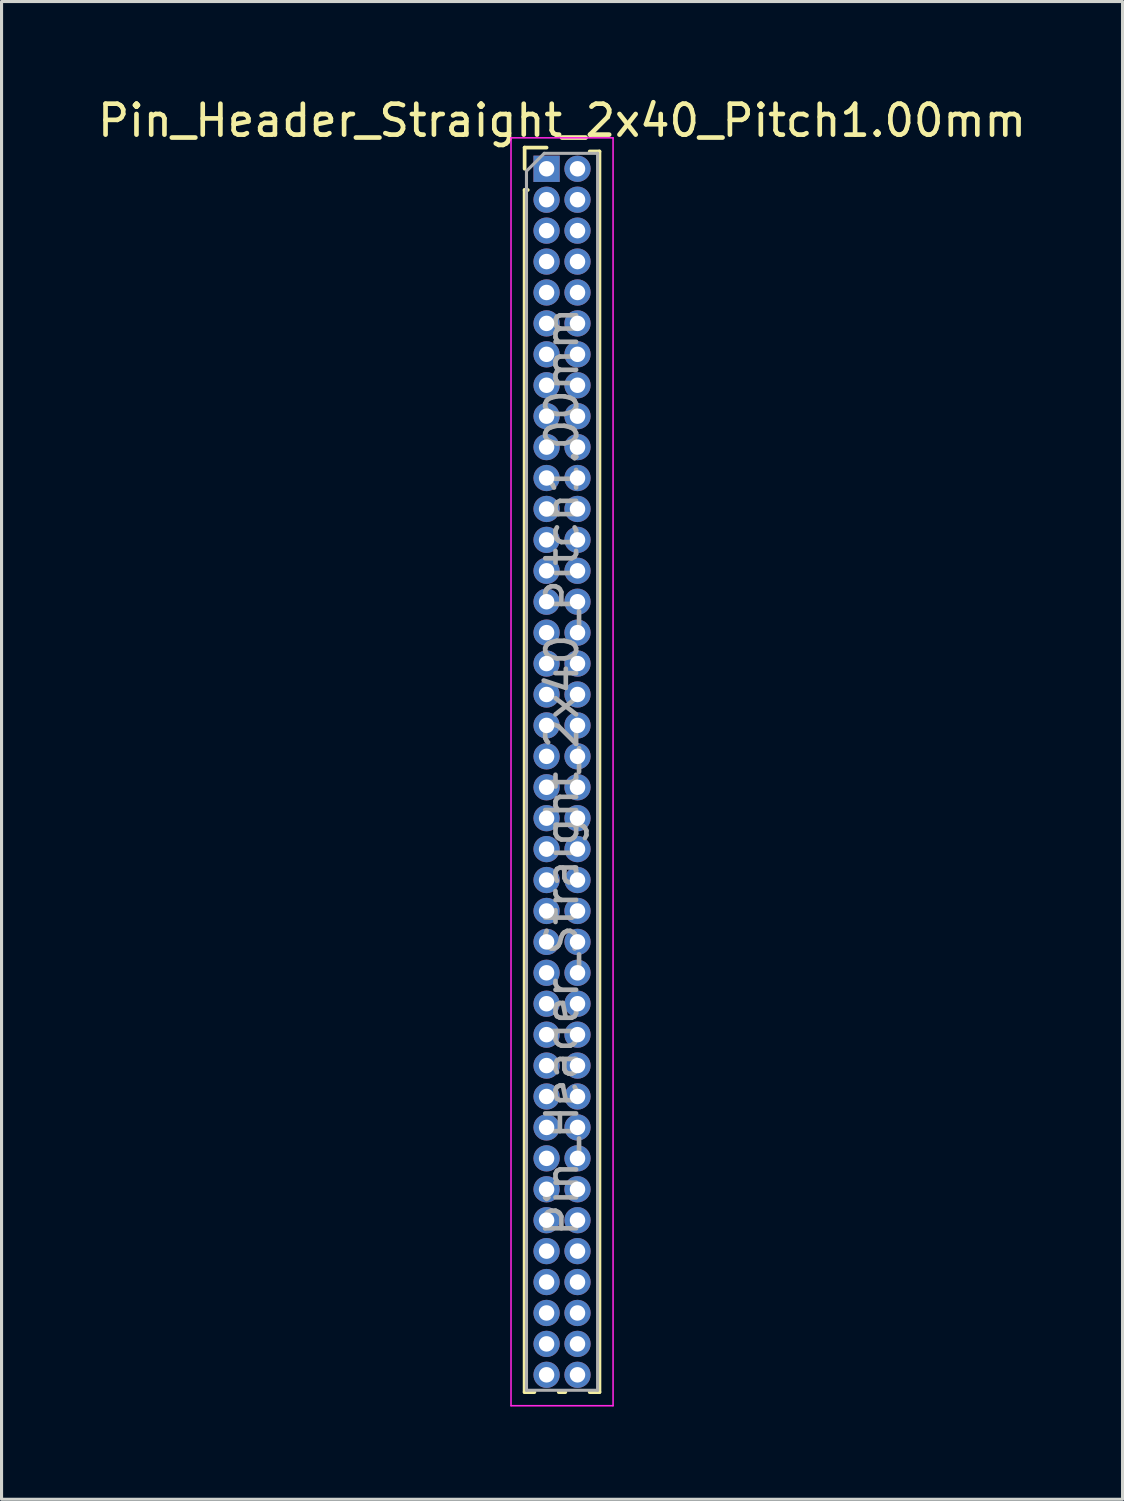
<source format=kicad_pcb>
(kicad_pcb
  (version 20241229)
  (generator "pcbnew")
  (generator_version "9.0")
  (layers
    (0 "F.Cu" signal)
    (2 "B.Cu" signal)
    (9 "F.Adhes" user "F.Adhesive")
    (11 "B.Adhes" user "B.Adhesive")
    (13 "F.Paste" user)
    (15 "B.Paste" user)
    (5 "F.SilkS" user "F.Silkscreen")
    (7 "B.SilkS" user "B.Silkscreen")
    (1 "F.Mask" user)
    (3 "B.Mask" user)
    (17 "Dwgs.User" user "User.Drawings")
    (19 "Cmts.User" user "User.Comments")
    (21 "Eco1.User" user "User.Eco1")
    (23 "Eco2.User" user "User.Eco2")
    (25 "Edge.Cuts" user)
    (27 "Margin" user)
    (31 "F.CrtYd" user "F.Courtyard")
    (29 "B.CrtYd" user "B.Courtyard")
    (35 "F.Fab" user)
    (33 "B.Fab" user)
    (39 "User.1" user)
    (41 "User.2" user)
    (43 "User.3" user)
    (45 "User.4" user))
  (footprint "Pin_Header_Straight_2x40_Pitch1.00mm"
    (layer "F.Cu")
    (at 14.625 2.408)
    (property "Reference" "Pin_Header_Straight_2x40_Pitch1.00mm" (at 0.5 -1.56 0) (layer "F.SilkS") (effects (font (size 1 1) (thickness 0.15))))
    (attr through_hole)
    (fp_line (start -0.71 -0.685) (end 0 -0.685) (stroke (width 0.12) (type solid)) (layer "F.SilkS"))
    (fp_line (start -0.71 0) (end -0.71 -0.685) (stroke (width 0.12) (type solid)) (layer "F.SilkS"))
    (fp_line (start -0.71 0.685) (end -0.71 39.56) (stroke (width 0.12) (type solid)) (layer "F.SilkS"))
    (fp_line (start -0.71 0.685) (end -0.608 0.685) (stroke (width 0.12) (type solid)) (layer "F.SilkS"))
    (fp_line (start -0.71 39.56) (end -0.394 39.56) (stroke (width 0.12) (type solid)) (layer "F.SilkS"))
    (fp_line (start 0.394 39.56) (end 0.606 39.56) (stroke (width 0.12) (type solid)) (layer "F.SilkS"))
    (fp_line (start 1.394 -0.56) (end 1.71 -0.56) (stroke (width 0.12) (type solid)) (layer "F.SilkS"))
    (fp_line (start 1.394 39.56) (end 1.71 39.56) (stroke (width 0.12) (type solid)) (layer "F.SilkS"))
    (fp_line (start 1.71 -0.56) (end 1.71 39.56) (stroke (width 0.12) (type solid)) (layer "F.SilkS"))
    (fp_line (start -1.15 -1) (end -1.15 40) (stroke (width 0.05) (type solid)) (layer "F.CrtYd"))
    (fp_line (start -1.15 40) (end 2.15 40) (stroke (width 0.05) (type solid)) (layer "F.CrtYd"))
    (fp_line (start 2.15 -1) (end -1.15 -1) (stroke (width 0.05) (type solid)) (layer "F.CrtYd"))
    (fp_line (start 2.15 40) (end 2.15 -1) (stroke (width 0.05) (type solid)) (layer "F.CrtYd"))
    (fp_line (start -0.65 0.075) (end -0.075 -0.5) (stroke (width 0.1) (type solid)) (layer "F.Fab"))
    (fp_line (start -0.65 39.5) (end -0.65 0.075) (stroke (width 0.1) (type solid)) (layer "F.Fab"))
    (fp_line (start -0.075 -0.5) (end 1.65 -0.5) (stroke (width 0.1) (type solid)) (layer "F.Fab"))
    (fp_line (start 1.65 -0.5) (end 1.65 39.5) (stroke (width 0.1) (type solid)) (layer "F.Fab"))
    (fp_line (start 1.65 39.5) (end -0.65 39.5) (stroke (width 0.1) (type solid)) (layer "F.Fab"))
    (fp_text user "${REFERENCE}" (at 0.5 19.5 90) (layer "F.Fab") (effects (font (size 1 1) (thickness 0.15))))
    (pad "1" thru_hole rect (at 0 0) (size 0.85 0.85) (drill 0.5) (layers "*.Cu" "*.Mask"))
    (pad "2" thru_hole oval (at 1 0) (size 0.85 0.85) (drill 0.5) (layers "*.Cu" "*.Mask"))
    (pad "3" thru_hole oval (at 0 1) (size 0.85 0.85) (drill 0.5) (layers "*.Cu" "*.Mask"))
    (pad "4" thru_hole oval (at 1 1) (size 0.85 0.85) (drill 0.5) (layers "*.Cu" "*.Mask"))
    (pad "5" thru_hole oval (at 0 2) (size 0.85 0.85) (drill 0.5) (layers "*.Cu" "*.Mask"))
    (pad "6" thru_hole oval (at 1 2) (size 0.85 0.85) (drill 0.5) (layers "*.Cu" "*.Mask"))
    (pad "7" thru_hole oval (at 0 3) (size 0.85 0.85) (drill 0.5) (layers "*.Cu" "*.Mask"))
    (pad "8" thru_hole oval (at 1 3) (size 0.85 0.85) (drill 0.5) (layers "*.Cu" "*.Mask"))
    (pad "9" thru_hole oval (at 0 4) (size 0.85 0.85) (drill 0.5) (layers "*.Cu" "*.Mask"))
    (pad "10" thru_hole oval (at 1 4) (size 0.85 0.85) (drill 0.5) (layers "*.Cu" "*.Mask"))
    (pad "11" thru_hole oval (at 0 5) (size 0.85 0.85) (drill 0.5) (layers "*.Cu" "*.Mask"))
    (pad "12" thru_hole oval (at 1 5) (size 0.85 0.85) (drill 0.5) (layers "*.Cu" "*.Mask"))
    (pad "13" thru_hole oval (at 0 6) (size 0.85 0.85) (drill 0.5) (layers "*.Cu" "*.Mask"))
    (pad "14" thru_hole oval (at 1 6) (size 0.85 0.85) (drill 0.5) (layers "*.Cu" "*.Mask"))
    (pad "15" thru_hole oval (at 0 7) (size 0.85 0.85) (drill 0.5) (layers "*.Cu" "*.Mask"))
    (pad "16" thru_hole oval (at 1 7) (size 0.85 0.85) (drill 0.5) (layers "*.Cu" "*.Mask"))
    (pad "17" thru_hole oval (at 0 8) (size 0.85 0.85) (drill 0.5) (layers "*.Cu" "*.Mask"))
    (pad "18" thru_hole oval (at 1 8) (size 0.85 0.85) (drill 0.5) (layers "*.Cu" "*.Mask"))
    (pad "19" thru_hole oval (at 0 9) (size 0.85 0.85) (drill 0.5) (layers "*.Cu" "*.Mask"))
    (pad "20" thru_hole oval (at 1 9) (size 0.85 0.85) (drill 0.5) (layers "*.Cu" "*.Mask"))
    (pad "21" thru_hole oval (at 0 10) (size 0.85 0.85) (drill 0.5) (layers "*.Cu" "*.Mask"))
    (pad "22" thru_hole oval (at 1 10) (size 0.85 0.85) (drill 0.5) (layers "*.Cu" "*.Mask"))
    (pad "23" thru_hole oval (at 0 11) (size 0.85 0.85) (drill 0.5) (layers "*.Cu" "*.Mask"))
    (pad "24" thru_hole oval (at 1 11) (size 0.85 0.85) (drill 0.5) (layers "*.Cu" "*.Mask"))
    (pad "25" thru_hole oval (at 0 12) (size 0.85 0.85) (drill 0.5) (layers "*.Cu" "*.Mask"))
    (pad "26" thru_hole oval (at 1 12) (size 0.85 0.85) (drill 0.5) (layers "*.Cu" "*.Mask"))
    (pad "27" thru_hole oval (at 0 13) (size 0.85 0.85) (drill 0.5) (layers "*.Cu" "*.Mask"))
    (pad "28" thru_hole oval (at 1 13) (size 0.85 0.85) (drill 0.5) (layers "*.Cu" "*.Mask"))
    (pad "29" thru_hole oval (at 0 14) (size 0.85 0.85) (drill 0.5) (layers "*.Cu" "*.Mask"))
    (pad "30" thru_hole oval (at 1 14) (size 0.85 0.85) (drill 0.5) (layers "*.Cu" "*.Mask"))
    (pad "31" thru_hole oval (at 0 15) (size 0.85 0.85) (drill 0.5) (layers "*.Cu" "*.Mask"))
    (pad "32" thru_hole oval (at 1 15) (size 0.85 0.85) (drill 0.5) (layers "*.Cu" "*.Mask"))
    (pad "33" thru_hole oval (at 0 16) (size 0.85 0.85) (drill 0.5) (layers "*.Cu" "*.Mask"))
    (pad "34" thru_hole oval (at 1 16) (size 0.85 0.85) (drill 0.5) (layers "*.Cu" "*.Mask"))
    (pad "35" thru_hole oval (at 0 17) (size 0.85 0.85) (drill 0.5) (layers "*.Cu" "*.Mask"))
    (pad "36" thru_hole oval (at 1 17) (size 0.85 0.85) (drill 0.5) (layers "*.Cu" "*.Mask"))
    (pad "37" thru_hole oval (at 0 18) (size 0.85 0.85) (drill 0.5) (layers "*.Cu" "*.Mask"))
    (pad "38" thru_hole oval (at 1 18) (size 0.85 0.85) (drill 0.5) (layers "*.Cu" "*.Mask"))
    (pad "39" thru_hole oval (at 0 19) (size 0.85 0.85) (drill 0.5) (layers "*.Cu" "*.Mask"))
    (pad "40" thru_hole oval (at 1 19) (size 0.85 0.85) (drill 0.5) (layers "*.Cu" "*.Mask"))
    (pad "41" thru_hole oval (at 0 20) (size 0.85 0.85) (drill 0.5) (layers "*.Cu" "*.Mask"))
    (pad "42" thru_hole oval (at 1 20) (size 0.85 0.85) (drill 0.5) (layers "*.Cu" "*.Mask"))
    (pad "43" thru_hole oval (at 0 21) (size 0.85 0.85) (drill 0.5) (layers "*.Cu" "*.Mask"))
    (pad "44" thru_hole oval (at 1 21) (size 0.85 0.85) (drill 0.5) (layers "*.Cu" "*.Mask"))
    (pad "45" thru_hole oval (at 0 22) (size 0.85 0.85) (drill 0.5) (layers "*.Cu" "*.Mask"))
    (pad "46" thru_hole oval (at 1 22) (size 0.85 0.85) (drill 0.5) (layers "*.Cu" "*.Mask"))
    (pad "47" thru_hole oval (at 0 23) (size 0.85 0.85) (drill 0.5) (layers "*.Cu" "*.Mask"))
    (pad "48" thru_hole oval (at 1 23) (size 0.85 0.85) (drill 0.5) (layers "*.Cu" "*.Mask"))
    (pad "49" thru_hole oval (at 0 24) (size 0.85 0.85) (drill 0.5) (layers "*.Cu" "*.Mask"))
    (pad "50" thru_hole oval (at 1 24) (size 0.85 0.85) (drill 0.5) (layers "*.Cu" "*.Mask"))
    (pad "51" thru_hole oval (at 0 25) (size 0.85 0.85) (drill 0.5) (layers "*.Cu" "*.Mask"))
    (pad "52" thru_hole oval (at 1 25) (size 0.85 0.85) (drill 0.5) (layers "*.Cu" "*.Mask"))
    (pad "53" thru_hole oval (at 0 26) (size 0.85 0.85) (drill 0.5) (layers "*.Cu" "*.Mask"))
    (pad "54" thru_hole oval (at 1 26) (size 0.85 0.85) (drill 0.5) (layers "*.Cu" "*.Mask"))
    (pad "55" thru_hole oval (at 0 27) (size 0.85 0.85) (drill 0.5) (layers "*.Cu" "*.Mask"))
    (pad "56" thru_hole oval (at 1 27) (size 0.85 0.85) (drill 0.5) (layers "*.Cu" "*.Mask"))
    (pad "57" thru_hole oval (at 0 28) (size 0.85 0.85) (drill 0.5) (layers "*.Cu" "*.Mask"))
    (pad "58" thru_hole oval (at 1 28) (size 0.85 0.85) (drill 0.5) (layers "*.Cu" "*.Mask"))
    (pad "59" thru_hole oval (at 0 29) (size 0.85 0.85) (drill 0.5) (layers "*.Cu" "*.Mask"))
    (pad "60" thru_hole oval (at 1 29) (size 0.85 0.85) (drill 0.5) (layers "*.Cu" "*.Mask"))
    (pad "61" thru_hole oval (at 0 30) (size 0.85 0.85) (drill 0.5) (layers "*.Cu" "*.Mask"))
    (pad "62" thru_hole oval (at 1 30) (size 0.85 0.85) (drill 0.5) (layers "*.Cu" "*.Mask"))
    (pad "63" thru_hole oval (at 0 31) (size 0.85 0.85) (drill 0.5) (layers "*.Cu" "*.Mask"))
    (pad "64" thru_hole oval (at 1 31) (size 0.85 0.85) (drill 0.5) (layers "*.Cu" "*.Mask"))
    (pad "65" thru_hole oval (at 0 32) (size 0.85 0.85) (drill 0.5) (layers "*.Cu" "*.Mask"))
    (pad "66" thru_hole oval (at 1 32) (size 0.85 0.85) (drill 0.5) (layers "*.Cu" "*.Mask"))
    (pad "67" thru_hole oval (at 0 33) (size 0.85 0.85) (drill 0.5) (layers "*.Cu" "*.Mask"))
    (pad "68" thru_hole oval (at 1 33) (size 0.85 0.85) (drill 0.5) (layers "*.Cu" "*.Mask"))
    (pad "69" thru_hole oval (at 0 34) (size 0.85 0.85) (drill 0.5) (layers "*.Cu" "*.Mask"))
    (pad "70" thru_hole oval (at 1 34) (size 0.85 0.85) (drill 0.5) (layers "*.Cu" "*.Mask"))
    (pad "71" thru_hole oval (at 0 35) (size 0.85 0.85) (drill 0.5) (layers "*.Cu" "*.Mask"))
    (pad "72" thru_hole oval (at 1 35) (size 0.85 0.85) (drill 0.5) (layers "*.Cu" "*.Mask"))
    (pad "73" thru_hole oval (at 0 36) (size 0.85 0.85) (drill 0.5) (layers "*.Cu" "*.Mask"))
    (pad "74" thru_hole oval (at 1 36) (size 0.85 0.85) (drill 0.5) (layers "*.Cu" "*.Mask"))
    (pad "75" thru_hole oval (at 0 37) (size 0.85 0.85) (drill 0.5) (layers "*.Cu" "*.Mask"))
    (pad "76" thru_hole oval (at 1 37) (size 0.85 0.85) (drill 0.5) (layers "*.Cu" "*.Mask"))
    (pad "77" thru_hole oval (at 0 38) (size 0.85 0.85) (drill 0.5) (layers "*.Cu" "*.Mask"))
    (pad "78" thru_hole oval (at 1 38) (size 0.85 0.85) (drill 0.5) (layers "*.Cu" "*.Mask"))
    (pad "79" thru_hole oval (at 0 39) (size 0.85 0.85) (drill 0.5) (layers "*.Cu" "*.Mask"))
    (pad "80" thru_hole oval (at 1 39) (size 0.85 0.85) (drill 0.5) (layers "*.Cu" "*.Mask")))
  (gr_rect
    (start -3 -3)
    (end 33.25 45.433)
    (stroke (width 0.1) (type default))
    (fill no)
    (layer "Edge.Cuts")))
</source>
